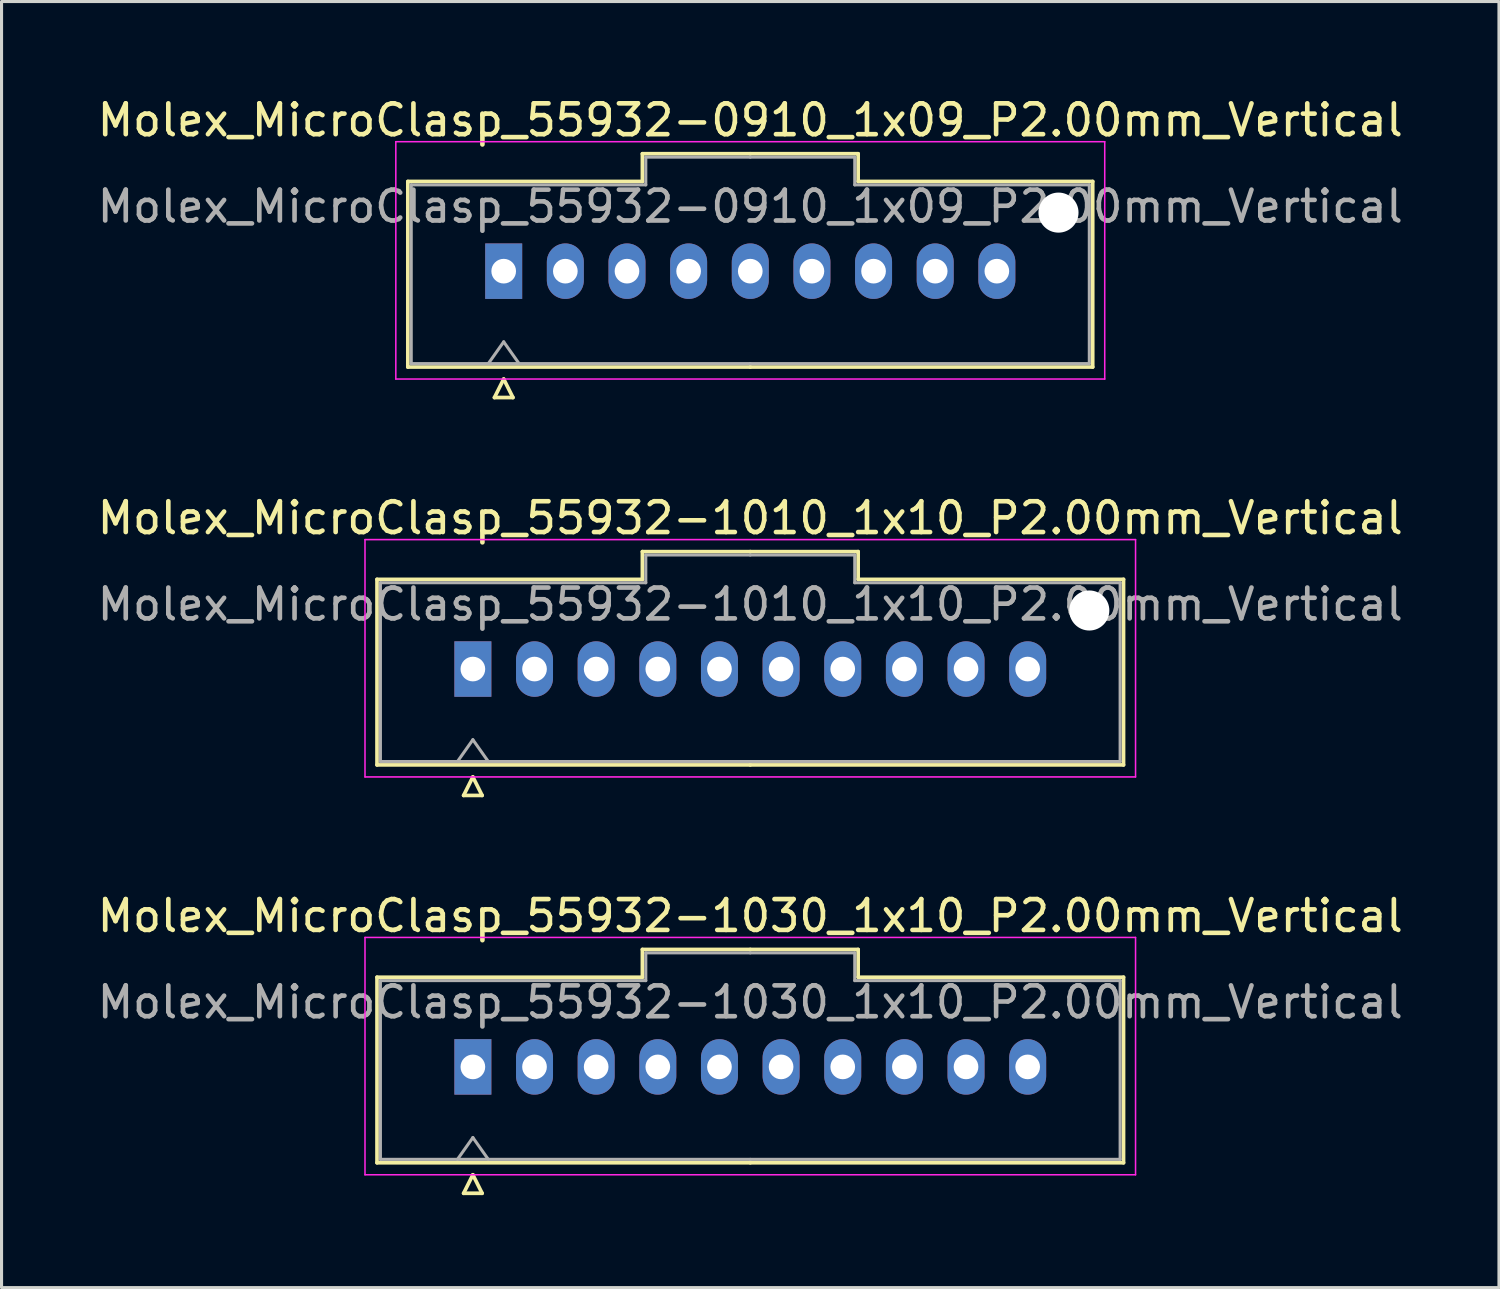
<source format=kicad_pcb>
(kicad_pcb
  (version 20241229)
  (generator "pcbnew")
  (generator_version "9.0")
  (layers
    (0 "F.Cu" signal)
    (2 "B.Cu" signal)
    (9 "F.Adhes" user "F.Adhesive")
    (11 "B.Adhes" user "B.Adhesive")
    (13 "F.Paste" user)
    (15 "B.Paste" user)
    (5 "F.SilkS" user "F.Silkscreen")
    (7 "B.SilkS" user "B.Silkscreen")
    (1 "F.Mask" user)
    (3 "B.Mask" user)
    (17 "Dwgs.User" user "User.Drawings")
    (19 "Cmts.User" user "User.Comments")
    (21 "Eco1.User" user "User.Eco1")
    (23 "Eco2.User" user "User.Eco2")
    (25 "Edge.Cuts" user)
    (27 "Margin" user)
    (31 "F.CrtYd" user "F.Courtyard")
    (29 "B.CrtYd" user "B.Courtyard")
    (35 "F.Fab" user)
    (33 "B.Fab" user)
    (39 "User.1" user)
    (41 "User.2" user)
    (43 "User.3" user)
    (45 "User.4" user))
  (footprint "Molex_MicroClasp_55932-1030_1x10_P2.00mm_Vertical"
    (layer "F.Cu")
    (at 12.292 31.565)
    (property "Reference" "Molex_MicroClasp_55932-1030_1x10_P2.00mm_Vertical" (at 9 -4.9 0) (layer "F.SilkS") (effects (font (size 1 1) (thickness 0.15))))
    (attr through_hole)
    (fp_line (start -3.11 -2.91) (end -3.11 3.11) (stroke (width 0.12) (type solid)) (layer "F.SilkS"))
    (fp_line (start -3.11 3.11) (end 9 3.11) (stroke (width 0.12) (type solid)) (layer "F.SilkS"))
    (fp_line (start -0.3 4.1) (end 0.3 4.1) (stroke (width 0.12) (type solid)) (layer "F.SilkS"))
    (fp_line (start 0 3.5) (end -0.3 4.1) (stroke (width 0.12) (type solid)) (layer "F.SilkS"))
    (fp_line (start 0.3 4.1) (end 0 3.5) (stroke (width 0.12) (type solid)) (layer "F.SilkS"))
    (fp_line (start 5.5 -3.81) (end 5.5 -2.91) (stroke (width 0.12) (type solid)) (layer "F.SilkS"))
    (fp_line (start 5.5 -2.91) (end -3.11 -2.91) (stroke (width 0.12) (type solid)) (layer "F.SilkS"))
    (fp_line (start 9 -3.81) (end 5.5 -3.81) (stroke (width 0.12) (type solid)) (layer "F.SilkS"))
    (fp_line (start 9 -3.81) (end 12.5 -3.81) (stroke (width 0.12) (type solid)) (layer "F.SilkS"))
    (fp_line (start 12.5 -3.81) (end 12.5 -2.91) (stroke (width 0.12) (type solid)) (layer "F.SilkS"))
    (fp_line (start 12.5 -2.91) (end 21.11 -2.91) (stroke (width 0.12) (type solid)) (layer "F.SilkS"))
    (fp_line (start 21.11 -2.91) (end 21.11 3.11) (stroke (width 0.12) (type solid)) (layer "F.SilkS"))
    (fp_line (start 21.11 3.11) (end 9 3.11) (stroke (width 0.12) (type solid)) (layer "F.SilkS"))
    (fp_line (start -3.5 -4.2) (end -3.5 3.5) (stroke (width 0.05) (type solid)) (layer "F.CrtYd"))
    (fp_line (start -3.5 3.5) (end 21.5 3.5) (stroke (width 0.05) (type solid)) (layer "F.CrtYd"))
    (fp_line (start 21.5 -4.2) (end -3.5 -4.2) (stroke (width 0.05) (type solid)) (layer "F.CrtYd"))
    (fp_line (start 21.5 3.5) (end 21.5 -4.2) (stroke (width 0.05) (type solid)) (layer "F.CrtYd"))
    (fp_line (start -3 -2.8) (end -3 3) (stroke (width 0.1) (type solid)) (layer "F.Fab"))
    (fp_line (start -3 3) (end 9 3) (stroke (width 0.1) (type solid)) (layer "F.Fab"))
    (fp_line (start -0.5 3) (end 0 2.293) (stroke (width 0.1) (type solid)) (layer "F.Fab"))
    (fp_line (start 0 2.293) (end 0.5 3) (stroke (width 0.1) (type solid)) (layer "F.Fab"))
    (fp_line (start 5.61 -3.7) (end 5.61 -2.8) (stroke (width 0.1) (type solid)) (layer "F.Fab"))
    (fp_line (start 5.61 -2.8) (end -3 -2.8) (stroke (width 0.1) (type solid)) (layer "F.Fab"))
    (fp_line (start 9 -3.7) (end 5.61 -3.7) (stroke (width 0.1) (type solid)) (layer "F.Fab"))
    (fp_line (start 9 -3.7) (end 12.39 -3.7) (stroke (width 0.1) (type solid)) (layer "F.Fab"))
    (fp_line (start 12.39 -3.7) (end 12.39 -2.8) (stroke (width 0.1) (type solid)) (layer "F.Fab"))
    (fp_line (start 12.39 -2.8) (end 21 -2.8) (stroke (width 0.1) (type solid)) (layer "F.Fab"))
    (fp_line (start 21 -2.8) (end 21 3) (stroke (width 0.1) (type solid)) (layer "F.Fab"))
    (fp_line (start 21 3) (end 9 3) (stroke (width 0.1) (type solid)) (layer "F.Fab"))
    (fp_text user "${REFERENCE}" (at 9 -2.1 0) (layer "F.Fab") (effects (font (size 1 1) (thickness 0.15))))
    (pad "1" thru_hole rect (at 0 0) (size 1.2 1.8) (drill 0.8) (layers "*.Cu" "*.Mask"))
    (pad "2" thru_hole oval (at 2 0) (size 1.2 1.8) (drill 0.8) (layers "*.Cu" "*.Mask"))
    (pad "3" thru_hole oval (at 4 0) (size 1.2 1.8) (drill 0.8) (layers "*.Cu" "*.Mask"))
    (pad "4" thru_hole oval (at 6 0) (size 1.2 1.8) (drill 0.8) (layers "*.Cu" "*.Mask"))
    (pad "5" thru_hole oval (at 8 0) (size 1.2 1.8) (drill 0.8) (layers "*.Cu" "*.Mask"))
    (pad "6" thru_hole oval (at 10 0) (size 1.2 1.8) (drill 0.8) (layers "*.Cu" "*.Mask"))
    (pad "7" thru_hole oval (at 12 0) (size 1.2 1.8) (drill 0.8) (layers "*.Cu" "*.Mask"))
    (pad "8" thru_hole oval (at 14 0) (size 1.2 1.8) (drill 0.8) (layers "*.Cu" "*.Mask"))
    (pad "9" thru_hole oval (at 16 0) (size 1.2 1.8) (drill 0.8) (layers "*.Cu" "*.Mask"))
    (pad "10" thru_hole oval (at 18 0) (size 1.2 1.8) (drill 0.8) (layers "*.Cu" "*.Mask")))
  (footprint "Molex_MicroClasp_55932-1010_1x10_P2.00mm_Vertical"
    (layer "F.Cu")
    (at 12.292 18.657)
    (property "Reference" "Molex_MicroClasp_55932-1010_1x10_P2.00mm_Vertical" (at 9 -4.9 0) (layer "F.SilkS") (effects (font (size 1 1) (thickness 0.15))))
    (attr through_hole)
    (fp_line (start -3.11 -2.91) (end -3.11 3.11) (stroke (width 0.12) (type solid)) (layer "F.SilkS"))
    (fp_line (start -3.11 3.11) (end 9 3.11) (stroke (width 0.12) (type solid)) (layer "F.SilkS"))
    (fp_line (start -0.3 4.1) (end 0.3 4.1) (stroke (width 0.12) (type solid)) (layer "F.SilkS"))
    (fp_line (start 0 3.5) (end -0.3 4.1) (stroke (width 0.12) (type solid)) (layer "F.SilkS"))
    (fp_line (start 0.3 4.1) (end 0 3.5) (stroke (width 0.12) (type solid)) (layer "F.SilkS"))
    (fp_line (start 5.5 -3.81) (end 5.5 -2.91) (stroke (width 0.12) (type solid)) (layer "F.SilkS"))
    (fp_line (start 5.5 -2.91) (end -3.11 -2.91) (stroke (width 0.12) (type solid)) (layer "F.SilkS"))
    (fp_line (start 9 -3.81) (end 5.5 -3.81) (stroke (width 0.12) (type solid)) (layer "F.SilkS"))
    (fp_line (start 9 -3.81) (end 12.5 -3.81) (stroke (width 0.12) (type solid)) (layer "F.SilkS"))
    (fp_line (start 12.5 -3.81) (end 12.5 -2.91) (stroke (width 0.12) (type solid)) (layer "F.SilkS"))
    (fp_line (start 12.5 -2.91) (end 21.11 -2.91) (stroke (width 0.12) (type solid)) (layer "F.SilkS"))
    (fp_line (start 21.11 -2.91) (end 21.11 3.11) (stroke (width 0.12) (type solid)) (layer "F.SilkS"))
    (fp_line (start 21.11 3.11) (end 9 3.11) (stroke (width 0.12) (type solid)) (layer "F.SilkS"))
    (fp_line (start -3.5 -4.2) (end -3.5 3.5) (stroke (width 0.05) (type solid)) (layer "F.CrtYd"))
    (fp_line (start -3.5 3.5) (end 21.5 3.5) (stroke (width 0.05) (type solid)) (layer "F.CrtYd"))
    (fp_line (start 21.5 -4.2) (end -3.5 -4.2) (stroke (width 0.05) (type solid)) (layer "F.CrtYd"))
    (fp_line (start 21.5 3.5) (end 21.5 -4.2) (stroke (width 0.05) (type solid)) (layer "F.CrtYd"))
    (fp_line (start -3 -2.8) (end -3 3) (stroke (width 0.1) (type solid)) (layer "F.Fab"))
    (fp_line (start -3 3) (end 9 3) (stroke (width 0.1) (type solid)) (layer "F.Fab"))
    (fp_line (start -0.5 3) (end 0 2.293) (stroke (width 0.1) (type solid)) (layer "F.Fab"))
    (fp_line (start 0 2.293) (end 0.5 3) (stroke (width 0.1) (type solid)) (layer "F.Fab"))
    (fp_line (start 5.61 -3.7) (end 5.61 -2.8) (stroke (width 0.1) (type solid)) (layer "F.Fab"))
    (fp_line (start 5.61 -2.8) (end -3 -2.8) (stroke (width 0.1) (type solid)) (layer "F.Fab"))
    (fp_line (start 9 -3.7) (end 5.61 -3.7) (stroke (width 0.1) (type solid)) (layer "F.Fab"))
    (fp_line (start 9 -3.7) (end 12.39 -3.7) (stroke (width 0.1) (type solid)) (layer "F.Fab"))
    (fp_line (start 12.39 -3.7) (end 12.39 -2.8) (stroke (width 0.1) (type solid)) (layer "F.Fab"))
    (fp_line (start 12.39 -2.8) (end 21 -2.8) (stroke (width 0.1) (type solid)) (layer "F.Fab"))
    (fp_line (start 21 -2.8) (end 21 3) (stroke (width 0.1) (type solid)) (layer "F.Fab"))
    (fp_line (start 21 3) (end 9 3) (stroke (width 0.1) (type solid)) (layer "F.Fab"))
    (fp_text user "${REFERENCE}" (at 9 -2.1 0) (layer "F.Fab") (effects (font (size 1 1) (thickness 0.15))))
    (pad "" np_thru_hole circle (at 20 -1.9) (size 1.3 1.3) (drill 1.3) (layers "*.Cu" "*.Mask"))
    (pad "1" thru_hole rect (at 0 0) (size 1.2 1.8) (drill 0.8) (layers "*.Cu" "*.Mask"))
    (pad "2" thru_hole oval (at 2 0) (size 1.2 1.8) (drill 0.8) (layers "*.Cu" "*.Mask"))
    (pad "3" thru_hole oval (at 4 0) (size 1.2 1.8) (drill 0.8) (layers "*.Cu" "*.Mask"))
    (pad "4" thru_hole oval (at 6 0) (size 1.2 1.8) (drill 0.8) (layers "*.Cu" "*.Mask"))
    (pad "5" thru_hole oval (at 8 0) (size 1.2 1.8) (drill 0.8) (layers "*.Cu" "*.Mask"))
    (pad "6" thru_hole oval (at 10 0) (size 1.2 1.8) (drill 0.8) (layers "*.Cu" "*.Mask"))
    (pad "7" thru_hole oval (at 12 0) (size 1.2 1.8) (drill 0.8) (layers "*.Cu" "*.Mask"))
    (pad "8" thru_hole oval (at 14 0) (size 1.2 1.8) (drill 0.8) (layers "*.Cu" "*.Mask"))
    (pad "9" thru_hole oval (at 16 0) (size 1.2 1.8) (drill 0.8) (layers "*.Cu" "*.Mask"))
    (pad "10" thru_hole oval (at 18 0) (size 1.2 1.8) (drill 0.8) (layers "*.Cu" "*.Mask")))
  (footprint "Molex_MicroClasp_55932-0910_1x09_P2.00mm_Vertical"
    (layer "F.Cu")
    (at 13.292 5.748)
    (property "Reference" "Molex_MicroClasp_55932-0910_1x09_P2.00mm_Vertical" (at 8 -4.9 0) (layer "F.SilkS") (effects (font (size 1 1) (thickness 0.15))))
    (attr through_hole)
    (fp_line (start -3.11 -2.91) (end -3.11 3.11) (stroke (width 0.12) (type solid)) (layer "F.SilkS"))
    (fp_line (start -3.11 3.11) (end 8 3.11) (stroke (width 0.12) (type solid)) (layer "F.SilkS"))
    (fp_line (start -0.3 4.1) (end 0.3 4.1) (stroke (width 0.12) (type solid)) (layer "F.SilkS"))
    (fp_line (start 0 3.5) (end -0.3 4.1) (stroke (width 0.12) (type solid)) (layer "F.SilkS"))
    (fp_line (start 0.3 4.1) (end 0 3.5) (stroke (width 0.12) (type solid)) (layer "F.SilkS"))
    (fp_line (start 4.5 -3.81) (end 4.5 -2.91) (stroke (width 0.12) (type solid)) (layer "F.SilkS"))
    (fp_line (start 4.5 -2.91) (end -3.11 -2.91) (stroke (width 0.12) (type solid)) (layer "F.SilkS"))
    (fp_line (start 8 -3.81) (end 4.5 -3.81) (stroke (width 0.12) (type solid)) (layer "F.SilkS"))
    (fp_line (start 8 -3.81) (end 11.5 -3.81) (stroke (width 0.12) (type solid)) (layer "F.SilkS"))
    (fp_line (start 11.5 -3.81) (end 11.5 -2.91) (stroke (width 0.12) (type solid)) (layer "F.SilkS"))
    (fp_line (start 11.5 -2.91) (end 19.11 -2.91) (stroke (width 0.12) (type solid)) (layer "F.SilkS"))
    (fp_line (start 19.11 -2.91) (end 19.11 3.11) (stroke (width 0.12) (type solid)) (layer "F.SilkS"))
    (fp_line (start 19.11 3.11) (end 8 3.11) (stroke (width 0.12) (type solid)) (layer "F.SilkS"))
    (fp_line (start -3.5 -4.2) (end -3.5 3.5) (stroke (width 0.05) (type solid)) (layer "F.CrtYd"))
    (fp_line (start -3.5 3.5) (end 19.5 3.5) (stroke (width 0.05) (type solid)) (layer "F.CrtYd"))
    (fp_line (start 19.5 -4.2) (end -3.5 -4.2) (stroke (width 0.05) (type solid)) (layer "F.CrtYd"))
    (fp_line (start 19.5 3.5) (end 19.5 -4.2) (stroke (width 0.05) (type solid)) (layer "F.CrtYd"))
    (fp_line (start -3 -2.8) (end -3 3) (stroke (width 0.1) (type solid)) (layer "F.Fab"))
    (fp_line (start -3 3) (end 8 3) (stroke (width 0.1) (type solid)) (layer "F.Fab"))
    (fp_line (start -0.5 3) (end 0 2.293) (stroke (width 0.1) (type solid)) (layer "F.Fab"))
    (fp_line (start 0 2.293) (end 0.5 3) (stroke (width 0.1) (type solid)) (layer "F.Fab"))
    (fp_line (start 4.61 -3.7) (end 4.61 -2.8) (stroke (width 0.1) (type solid)) (layer "F.Fab"))
    (fp_line (start 4.61 -2.8) (end -3 -2.8) (stroke (width 0.1) (type solid)) (layer "F.Fab"))
    (fp_line (start 8 -3.7) (end 4.61 -3.7) (stroke (width 0.1) (type solid)) (layer "F.Fab"))
    (fp_line (start 8 -3.7) (end 11.39 -3.7) (stroke (width 0.1) (type solid)) (layer "F.Fab"))
    (fp_line (start 11.39 -3.7) (end 11.39 -2.8) (stroke (width 0.1) (type solid)) (layer "F.Fab"))
    (fp_line (start 11.39 -2.8) (end 19 -2.8) (stroke (width 0.1) (type solid)) (layer "F.Fab"))
    (fp_line (start 19 -2.8) (end 19 3) (stroke (width 0.1) (type solid)) (layer "F.Fab"))
    (fp_line (start 19 3) (end 8 3) (stroke (width 0.1) (type solid)) (layer "F.Fab"))
    (fp_text user "${REFERENCE}" (at 8 -2.1 0) (layer "F.Fab") (effects (font (size 1 1) (thickness 0.15))))
    (pad "" np_thru_hole circle (at 18 -1.9) (size 1.3 1.3) (drill 1.3) (layers "*.Cu" "*.Mask"))
    (pad "1" thru_hole rect (at 0 0) (size 1.2 1.8) (drill 0.8) (layers "*.Cu" "*.Mask"))
    (pad "2" thru_hole oval (at 2 0) (size 1.2 1.8) (drill 0.8) (layers "*.Cu" "*.Mask"))
    (pad "3" thru_hole oval (at 4 0) (size 1.2 1.8) (drill 0.8) (layers "*.Cu" "*.Mask"))
    (pad "4" thru_hole oval (at 6 0) (size 1.2 1.8) (drill 0.8) (layers "*.Cu" "*.Mask"))
    (pad "5" thru_hole oval (at 8 0) (size 1.2 1.8) (drill 0.8) (layers "*.Cu" "*.Mask"))
    (pad "6" thru_hole oval (at 10 0) (size 1.2 1.8) (drill 0.8) (layers "*.Cu" "*.Mask"))
    (pad "7" thru_hole oval (at 12 0) (size 1.2 1.8) (drill 0.8) (layers "*.Cu" "*.Mask"))
    (pad "8" thru_hole oval (at 14 0) (size 1.2 1.8) (drill 0.8) (layers "*.Cu" "*.Mask"))
    (pad "9" thru_hole oval (at 16 0) (size 1.2 1.8) (drill 0.8) (layers "*.Cu" "*.Mask")))
  (gr_rect
    (start -3 -3)
    (end 45.583 38.725)
    (stroke (width 0.1) (type default))
    (fill no)
    (layer "Edge.Cuts")))
</source>
